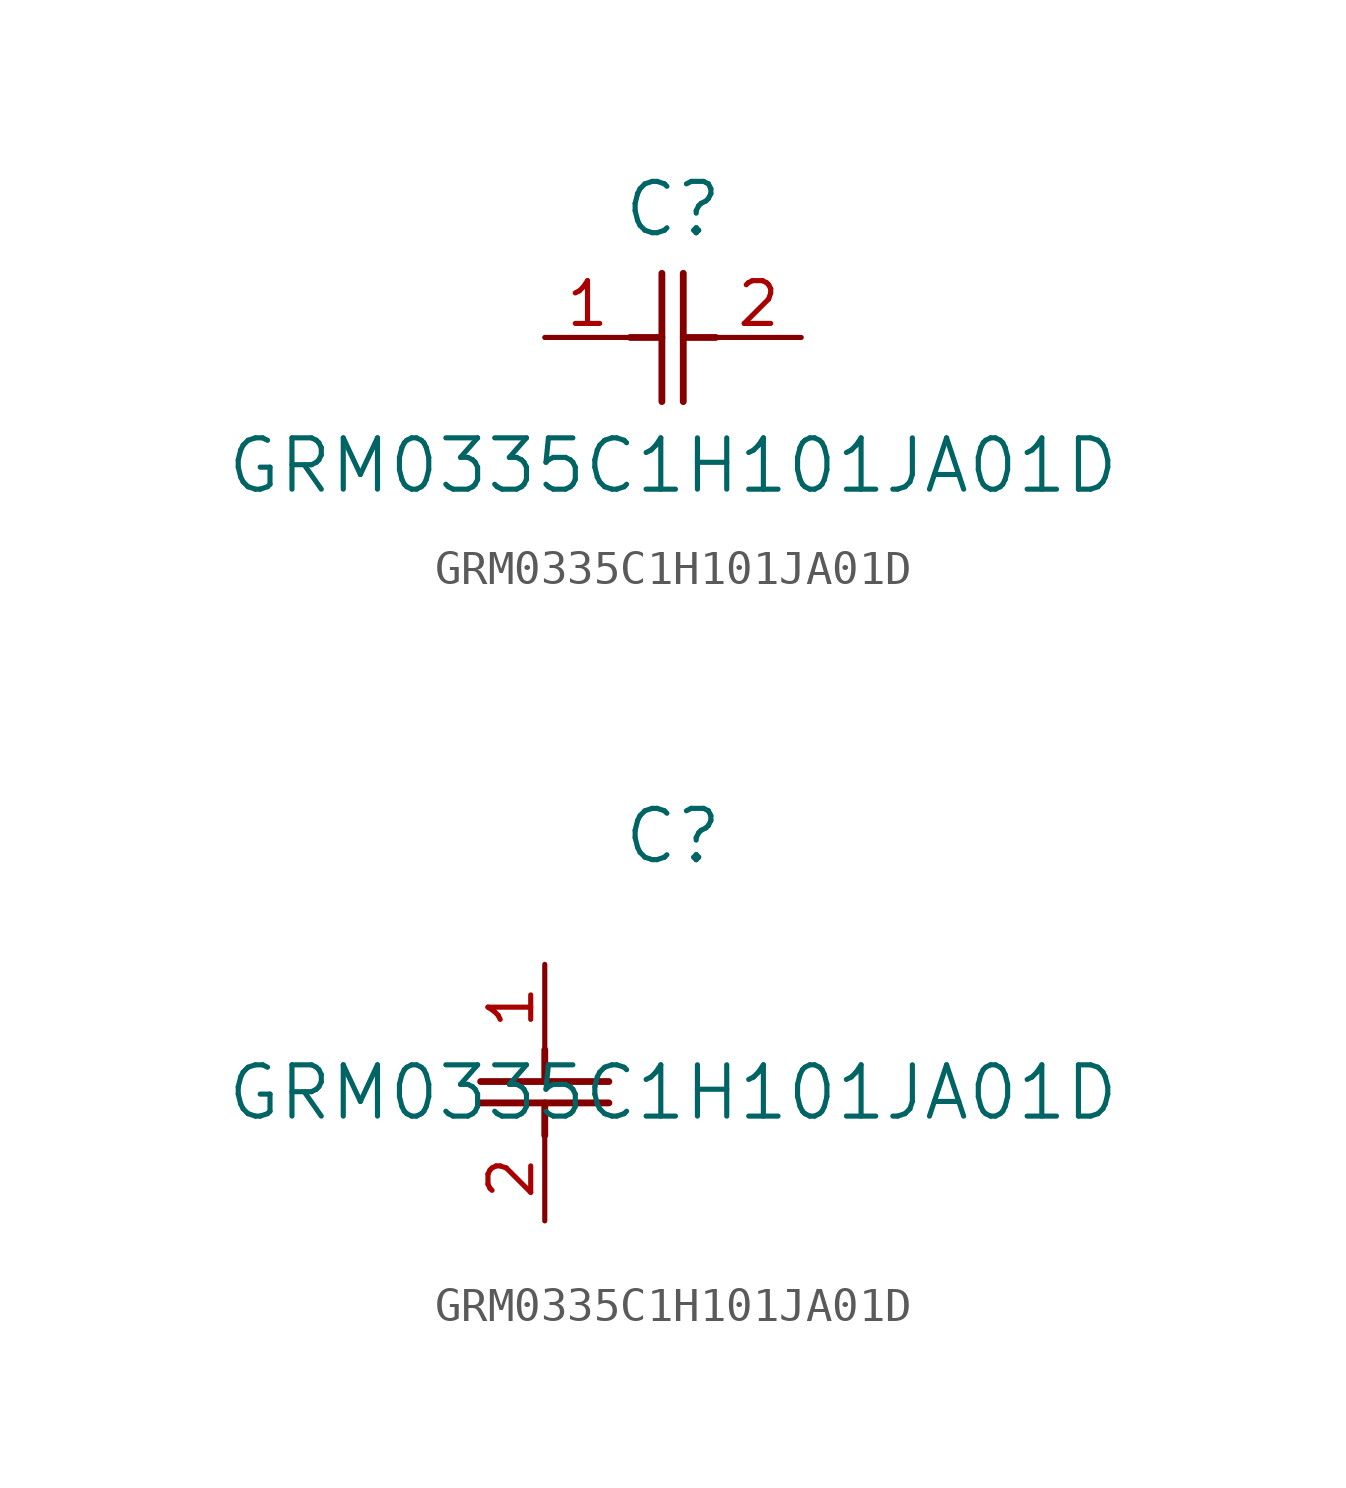
<source format=kicad_sym>
(kicad_symbol_lib
  (version 20211014)
  (generator kicad_symbol_editor)
  (symbol "GRM0335C1H101JA01D"
    (pin_names
      (offset 0.254))
    (property "Reference" "C"
      (at 3.81 3.81 0)
      (effects (font (size 1.524 1.524))))
    (property "Value" "GRM0335C1H101JA01D"
      (at 3.81 -3.81 0)
      (effects (font (size 1.524 1.524))))
    (symbol "GRM0335C1H101JA01D_1_1"
      (polyline (pts (xy 3.48 -1.905) (xy 3.48 1.905)) (stroke (width 0.203) (type default) (color 0 0 0 0)) (fill (type none)))
      (polyline (pts (xy 4.115 -1.905) (xy 4.115 1.905)) (stroke (width 0.203) (type default) (color 0 0 0 0)) (fill (type none)))
      (polyline (pts (xy 4.115 0) (xy 5.08 0)) (stroke (width 0.203) (type default) (color 0 0 0 0)) (fill (type none)))
      (polyline (pts (xy 2.54 0) (xy 3.48 0)) (stroke (width 0.203) (type default) (color 0 0 0 0)) (fill (type none)))
      (pin unspecified line (at 0 0 0) (length 2.54) (name "" (effects (font (size 1.27 1.27)))) (number "1" (effects (font (size 1.27 1.27)))))
      (pin unspecified line (at 7.62 0 180) (length 2.54) (name "" (effects (font (size 1.27 1.27)))) (number "2" (effects (font (size 1.27 1.27))))))
    (symbol "GRM0335C1H101JA01D_1_2"
      (polyline (pts (xy -1.905 -3.48) (xy 1.905 -3.48)) (stroke (width 0.203) (type default) (color 0 0 0 0)) (fill (type none)))
      (polyline (pts (xy -1.905 -4.115) (xy 1.905 -4.115)) (stroke (width 0.203) (type default) (color 0 0 0 0)) (fill (type none)))
      (polyline (pts (xy 0 -4.115) (xy 0 -5.08)) (stroke (width 0.203) (type default) (color 0 0 0 0)) (fill (type none)))
      (polyline (pts (xy 0 -2.54) (xy 0 -3.48)) (stroke (width 0.203) (type default) (color 0 0 0 0)) (fill (type none)))
      (pin unspecified line (at 0 0 270) (length 2.54) (name "" (effects (font (size 1.27 1.27)))) (number "1" (effects (font (size 1.27 1.27)))))
      (pin unspecified line (at 0 -7.62 90) (length 2.54) (name "" (effects (font (size 1.27 1.27)))) (number "2" (effects (font (size 1.27 1.27))))))))
</source>
